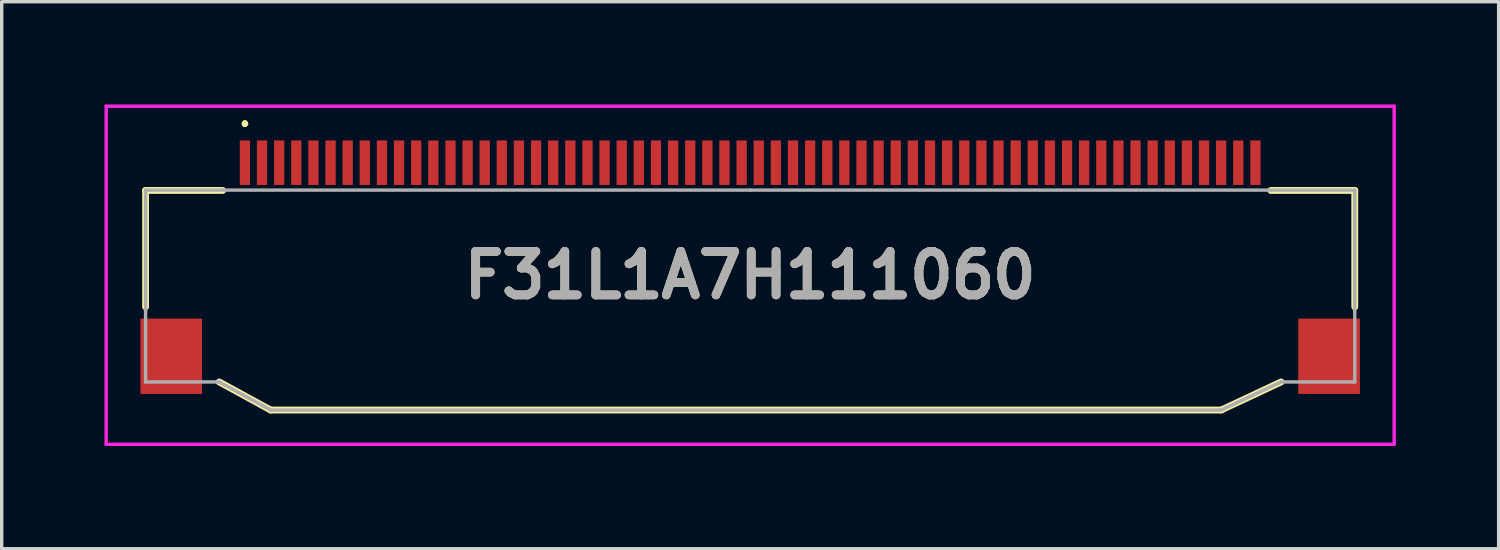
<source format=kicad_pcb>
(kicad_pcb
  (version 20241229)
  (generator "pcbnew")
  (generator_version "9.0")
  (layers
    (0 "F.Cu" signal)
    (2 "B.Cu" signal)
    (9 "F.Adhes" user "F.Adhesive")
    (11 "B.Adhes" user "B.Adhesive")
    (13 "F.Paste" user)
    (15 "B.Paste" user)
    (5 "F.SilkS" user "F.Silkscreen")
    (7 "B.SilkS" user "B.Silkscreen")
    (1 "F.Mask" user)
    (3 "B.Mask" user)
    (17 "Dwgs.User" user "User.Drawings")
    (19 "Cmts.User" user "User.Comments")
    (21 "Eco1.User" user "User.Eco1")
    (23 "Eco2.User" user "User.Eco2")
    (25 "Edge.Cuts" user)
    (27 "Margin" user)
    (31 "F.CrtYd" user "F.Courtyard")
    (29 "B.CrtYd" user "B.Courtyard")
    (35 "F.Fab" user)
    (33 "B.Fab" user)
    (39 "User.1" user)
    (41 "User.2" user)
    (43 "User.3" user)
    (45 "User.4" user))
  (footprint "F31L1A7H111060"
    (layer "F.Cu")
    (at 18.85 5.31)
    (property "Reference" "F31L1A7H111060" (at 0 -0.325 0) (layer "F.SilkS") (effects (font (size 1.27 1.27) (thickness 0.254))))
    (attr smd)
    (fp_line (start -17.65 -2.8) (end -15.4 -2.8) (stroke (width 0.2) (type solid)) (layer "F.SilkS"))
    (fp_line (start -17.65 0.6) (end -17.65 -2.8) (stroke (width 0.2) (type solid)) (layer "F.SilkS"))
    (fp_line (start -14.75 -4.8) (end -14.75 -4.8) (stroke (width 0.1) (type solid)) (layer "F.SilkS"))
    (fp_line (start -14.75 -4.7) (end -14.75 -4.7) (stroke (width 0.1) (type solid)) (layer "F.SilkS"))
    (fp_line (start -14 3.61) (end -15.5 2.79) (stroke (width 0.2) (type solid)) (layer "F.SilkS"))
    (fp_line (start 13.75 3.61) (end -14 3.61) (stroke (width 0.2) (type solid)) (layer "F.SilkS"))
    (fp_line (start 15.5 2.79) (end 13.75 3.61) (stroke (width 0.2) (type solid)) (layer "F.SilkS"))
    (fp_line (start 17.65 -2.8) (end 15.2 -2.8) (stroke (width 0.2) (type solid)) (layer "F.SilkS"))
    (fp_line (start 17.65 0.6) (end 17.65 -2.8) (stroke (width 0.2) (type solid)) (layer "F.SilkS"))
    (fp_arc (start -14.75 -4.8) (mid -14.7 -4.75) (end -14.75 -4.7) (stroke (width 0.1) (type solid)) (layer "F.SilkS"))
    (fp_arc (start -14.75 -4.7) (mid -14.8 -4.75) (end -14.75 -4.8) (stroke (width 0.1) (type solid)) (layer "F.SilkS"))
    (fp_line (start -18.8 -5.26) (end -18.8 4.61) (stroke (width 0.1) (type solid)) (layer "F.CrtYd"))
    (fp_line (start -18.8 4.61) (end 18.8 4.61) (stroke (width 0.1) (type solid)) (layer "F.CrtYd"))
    (fp_line (start 18.8 -5.26) (end -18.8 -5.26) (stroke (width 0.1) (type solid)) (layer "F.CrtYd"))
    (fp_line (start 18.8 4.61) (end 18.8 -5.26) (stroke (width 0.1) (type solid)) (layer "F.CrtYd"))
    (fp_line (start -17.65 -2.81) (end -17.65 2.79) (stroke (width 0.1) (type solid)) (layer "F.Fab"))
    (fp_line (start -17.65 2.79) (end -15.5 2.79) (stroke (width 0.1) (type solid)) (layer "F.Fab"))
    (fp_line (start -15.5 2.79) (end -14 3.61) (stroke (width 0.1) (type solid)) (layer "F.Fab"))
    (fp_line (start -14 3.61) (end 13.75 3.61) (stroke (width 0.1) (type solid)) (layer "F.Fab"))
    (fp_line (start 0 -2.81) (end -17.65 -2.81) (stroke (width 0.1) (type solid)) (layer "F.Fab"))
    (fp_line (start 13.75 3.61) (end 15.5 2.79) (stroke (width 0.1) (type solid)) (layer "F.Fab"))
    (fp_line (start 15.5 2.79) (end 17.65 2.79) (stroke (width 0.1) (type solid)) (layer "F.Fab"))
    (fp_line (start 17.65 -2.81) (end 0 -2.81) (stroke (width 0.1) (type solid)) (layer "F.Fab"))
    (fp_line (start 17.65 2.79) (end 17.65 -2.81) (stroke (width 0.1) (type solid)) (layer "F.Fab"))
    (fp_text user "${REFERENCE}" (at 0 -0.325 0) (layer "F.Fab") (effects (font (size 1.27 1.27) (thickness 0.254))))
    (pad "1" smd rect (at -14.75 -3.61) (size 0.3 1.3) (layers "F.Cu" "F.Mask" "F.Paste"))
    (pad "2" smd rect (at -14.25 -3.61) (size 0.3 1.3) (layers "F.Cu" "F.Mask" "F.Paste"))
    (pad "3" smd rect (at -13.75 -3.61) (size 0.3 1.3) (layers "F.Cu" "F.Mask" "F.Paste"))
    (pad "4" smd rect (at -13.25 -3.61) (size 0.3 1.3) (layers "F.Cu" "F.Mask" "F.Paste"))
    (pad "5" smd rect (at -12.75 -3.61) (size 0.3 1.3) (layers "F.Cu" "F.Mask" "F.Paste"))
    (pad "6" smd rect (at -12.25 -3.61) (size 0.3 1.3) (layers "F.Cu" "F.Mask" "F.Paste"))
    (pad "7" smd rect (at -11.75 -3.61) (size 0.3 1.3) (layers "F.Cu" "F.Mask" "F.Paste"))
    (pad "8" smd rect (at -11.25 -3.61) (size 0.3 1.3) (layers "F.Cu" "F.Mask" "F.Paste"))
    (pad "9" smd rect (at -10.75 -3.61) (size 0.3 1.3) (layers "F.Cu" "F.Mask" "F.Paste"))
    (pad "10" smd rect (at -10.25 -3.61) (size 0.3 1.3) (layers "F.Cu" "F.Mask" "F.Paste"))
    (pad "11" smd rect (at -9.75 -3.61) (size 0.3 1.3) (layers "F.Cu" "F.Mask" "F.Paste"))
    (pad "12" smd rect (at -9.25 -3.61) (size 0.3 1.3) (layers "F.Cu" "F.Mask" "F.Paste"))
    (pad "13" smd rect (at -8.75 -3.61) (size 0.3 1.3) (layers "F.Cu" "F.Mask" "F.Paste"))
    (pad "14" smd rect (at -8.25 -3.61) (size 0.3 1.3) (layers "F.Cu" "F.Mask" "F.Paste"))
    (pad "15" smd rect (at -7.75 -3.61) (size 0.3 1.3) (layers "F.Cu" "F.Mask" "F.Paste"))
    (pad "16" smd rect (at -7.25 -3.61) (size 0.3 1.3) (layers "F.Cu" "F.Mask" "F.Paste"))
    (pad "17" smd rect (at -6.75 -3.61) (size 0.3 1.3) (layers "F.Cu" "F.Mask" "F.Paste"))
    (pad "18" smd rect (at -6.25 -3.61) (size 0.3 1.3) (layers "F.Cu" "F.Mask" "F.Paste"))
    (pad "19" smd rect (at -5.75 -3.61) (size 0.3 1.3) (layers "F.Cu" "F.Mask" "F.Paste"))
    (pad "20" smd rect (at -5.25 -3.61) (size 0.3 1.3) (layers "F.Cu" "F.Mask" "F.Paste"))
    (pad "21" smd rect (at -4.75 -3.61) (size 0.3 1.3) (layers "F.Cu" "F.Mask" "F.Paste"))
    (pad "22" smd rect (at -4.25 -3.61) (size 0.3 1.3) (layers "F.Cu" "F.Mask" "F.Paste"))
    (pad "23" smd rect (at -3.75 -3.61) (size 0.3 1.3) (layers "F.Cu" "F.Mask" "F.Paste"))
    (pad "24" smd rect (at -3.25 -3.61) (size 0.3 1.3) (layers "F.Cu" "F.Mask" "F.Paste"))
    (pad "25" smd rect (at -2.75 -3.61) (size 0.3 1.3) (layers "F.Cu" "F.Mask" "F.Paste"))
    (pad "26" smd rect (at -2.25 -3.61) (size 0.3 1.3) (layers "F.Cu" "F.Mask" "F.Paste"))
    (pad "27" smd rect (at -1.75 -3.61) (size 0.3 1.3) (layers "F.Cu" "F.Mask" "F.Paste"))
    (pad "28" smd rect (at -1.25 -3.61) (size 0.3 1.3) (layers "F.Cu" "F.Mask" "F.Paste"))
    (pad "29" smd rect (at -0.75 -3.61) (size 0.3 1.3) (layers "F.Cu" "F.Mask" "F.Paste"))
    (pad "30" smd rect (at -0.25 -3.61) (size 0.3 1.3) (layers "F.Cu" "F.Mask" "F.Paste"))
    (pad "31" smd rect (at 0.25 -3.61) (size 0.3 1.3) (layers "F.Cu" "F.Mask" "F.Paste"))
    (pad "32" smd rect (at 0.75 -3.61) (size 0.3 1.3) (layers "F.Cu" "F.Mask" "F.Paste"))
    (pad "33" smd rect (at 1.25 -3.61) (size 0.3 1.3) (layers "F.Cu" "F.Mask" "F.Paste"))
    (pad "34" smd rect (at 1.75 -3.61) (size 0.3 1.3) (layers "F.Cu" "F.Mask" "F.Paste"))
    (pad "35" smd rect (at 2.25 -3.61) (size 0.3 1.3) (layers "F.Cu" "F.Mask" "F.Paste"))
    (pad "36" smd rect (at 2.75 -3.61) (size 0.3 1.3) (layers "F.Cu" "F.Mask" "F.Paste"))
    (pad "37" smd rect (at 3.25 -3.61) (size 0.3 1.3) (layers "F.Cu" "F.Mask" "F.Paste"))
    (pad "38" smd rect (at 3.75 -3.61) (size 0.3 1.3) (layers "F.Cu" "F.Mask" "F.Paste"))
    (pad "39" smd rect (at 4.25 -3.61) (size 0.3 1.3) (layers "F.Cu" "F.Mask" "F.Paste"))
    (pad "40" smd rect (at 4.75 -3.61) (size 0.3 1.3) (layers "F.Cu" "F.Mask" "F.Paste"))
    (pad "41" smd rect (at 5.25 -3.61) (size 0.3 1.3) (layers "F.Cu" "F.Mask" "F.Paste"))
    (pad "42" smd rect (at 5.75 -3.61) (size 0.3 1.3) (layers "F.Cu" "F.Mask" "F.Paste"))
    (pad "43" smd rect (at 6.25 -3.61) (size 0.3 1.3) (layers "F.Cu" "F.Mask" "F.Paste"))
    (pad "44" smd rect (at 6.75 -3.61) (size 0.3 1.3) (layers "F.Cu" "F.Mask" "F.Paste"))
    (pad "45" smd rect (at 7.25 -3.61) (size 0.3 1.3) (layers "F.Cu" "F.Mask" "F.Paste"))
    (pad "46" smd rect (at 7.75 -3.61) (size 0.3 1.3) (layers "F.Cu" "F.Mask" "F.Paste"))
    (pad "47" smd rect (at 8.25 -3.61) (size 0.3 1.3) (layers "F.Cu" "F.Mask" "F.Paste"))
    (pad "48" smd rect (at 8.75 -3.61) (size 0.3 1.3) (layers "F.Cu" "F.Mask" "F.Paste"))
    (pad "49" smd rect (at 9.25 -3.61) (size 0.3 1.3) (layers "F.Cu" "F.Mask" "F.Paste"))
    (pad "50" smd rect (at 9.75 -3.61) (size 0.3 1.3) (layers "F.Cu" "F.Mask" "F.Paste"))
    (pad "51" smd rect (at 10.25 -3.61) (size 0.3 1.3) (layers "F.Cu" "F.Mask" "F.Paste"))
    (pad "52" smd rect (at 10.75 -3.61) (size 0.3 1.3) (layers "F.Cu" "F.Mask" "F.Paste"))
    (pad "53" smd rect (at 11.25 -3.61) (size 0.3 1.3) (layers "F.Cu" "F.Mask" "F.Paste"))
    (pad "54" smd rect (at 11.75 -3.61) (size 0.3 1.3) (layers "F.Cu" "F.Mask" "F.Paste"))
    (pad "55" smd rect (at 12.25 -3.61) (size 0.3 1.3) (layers "F.Cu" "F.Mask" "F.Paste"))
    (pad "56" smd rect (at 12.75 -3.61) (size 0.3 1.3) (layers "F.Cu" "F.Mask" "F.Paste"))
    (pad "57" smd rect (at 13.25 -3.61) (size 0.3 1.3) (layers "F.Cu" "F.Mask" "F.Paste"))
    (pad "58" smd rect (at 13.75 -3.61) (size 0.3 1.3) (layers "F.Cu" "F.Mask" "F.Paste"))
    (pad "59" smd rect (at 14.25 -3.61) (size 0.3 1.3) (layers "F.Cu" "F.Mask" "F.Paste"))
    (pad "60" smd rect (at 14.75 -3.61) (size 0.3 1.3) (layers "F.Cu" "F.Mask" "F.Paste"))
    (pad "MP1" smd rect (at -16.9 2.04) (size 1.8 2.2) (layers "F.Cu" "F.Mask" "F.Paste"))
    (pad "MP2" smd rect (at 16.9 2.04) (size 1.8 2.2) (layers "F.Cu" "F.Mask" "F.Paste")))
  (gr_rect
    (start -3 -3)
    (end 40.7 12.97)
    (stroke (width 0.1) (type default))
    (fill no)
    (layer "Edge.Cuts")))
</source>
